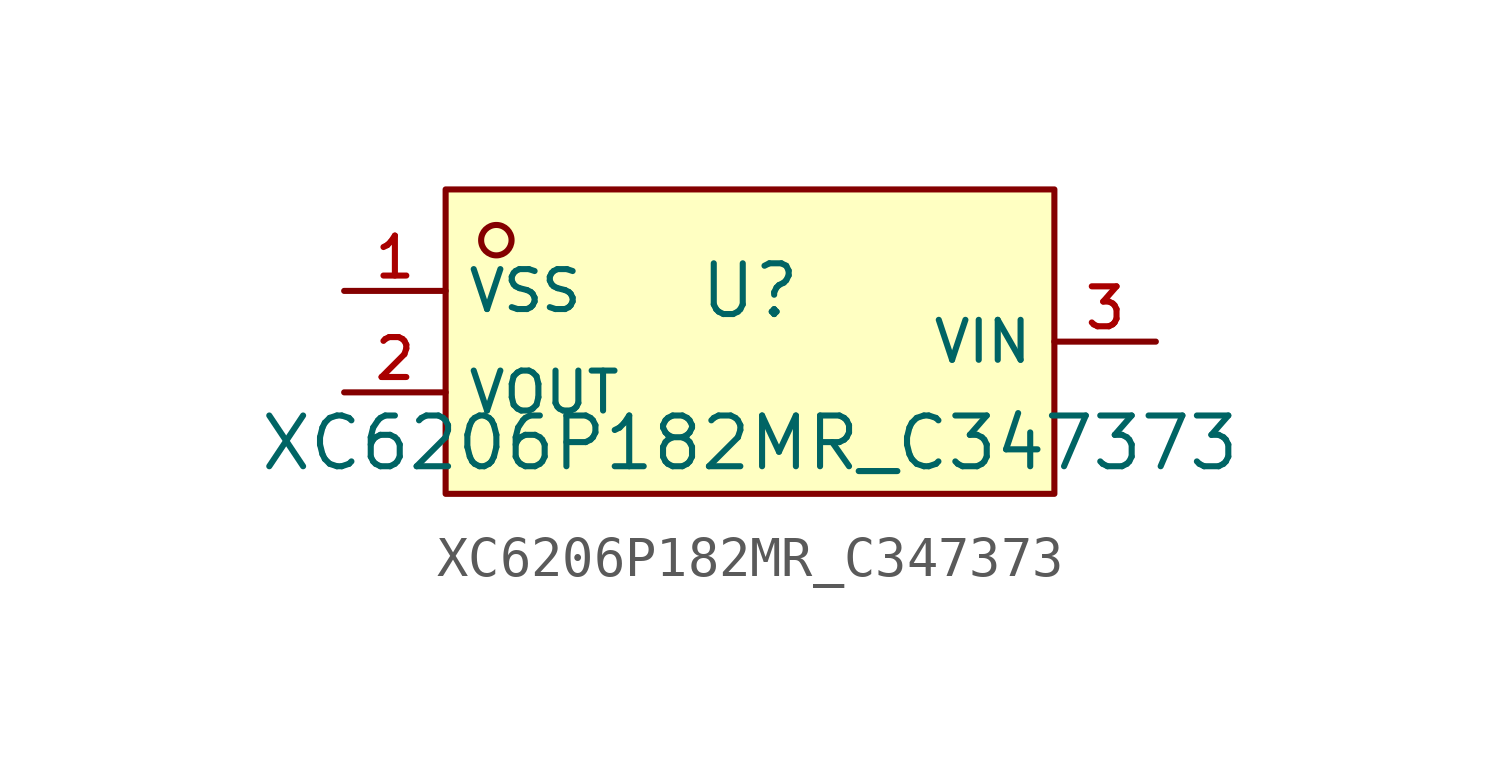
<source format=kicad_sym>
(kicad_symbol_lib
  (version 20210201)
  (generator TousstNicolas/JLC2KiCad_lib)
  (symbol "XC6206P182MR_C347373"
    (property "Reference" "U"
      (at 0 1.27 0)
      (effects (font (size 1.27 1.27))))
    (property "Value" "XC6206P182MR_C347373"
      (at 0 -2.54 0)
      (effects (font (size 1.27 1.27))))
    (symbol "XC6206P182MR_C347373_0_1"
      (rectangle (start -7.62 3.81) (end 7.62 -3.81) (stroke (width 0) (type default) (color 0 0 0 0)) (fill (type background)))
      (circle (center -6.35 2.54) (radius 0.381) (stroke (width 0) (type default) (color 0 0 0 0)) (fill (type background)))
      (pin unspecified line (at -10.16 1.27 0) (length 2.54) (name "VSS" (effects (font (size 1 1)))) (number "1" (effects (font (size 1 1)))))
      (pin unspecified line (at -10.16 -1.27 0) (length 2.54) (name "VOUT" (effects (font (size 1 1)))) (number "2" (effects (font (size 1 1)))))
      (pin unspecified line (at 10.16 -0.0 180) (length 2.54) (name "VIN" (effects (font (size 1 1)))) (number "3" (effects (font (size 1 1))))))))
</source>
